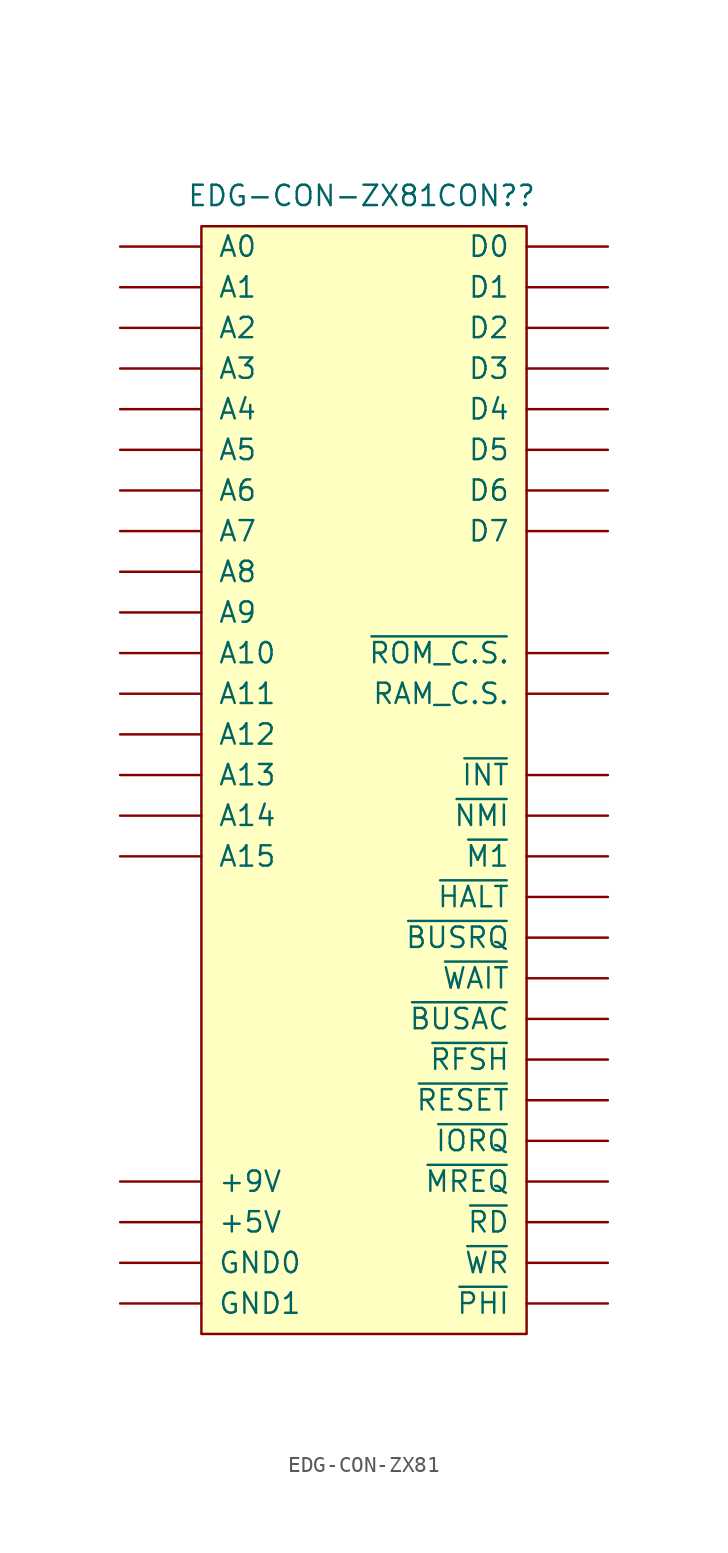
<source format=kicad_sym>
(kicad_symbol_lib
  (version 20241209)
  (generator "kicad_symbol_editor")
  (generator_version "9.0")
  (symbol "EDG-CON-ZX81"
    (pin_names
      (offset 1.016))
    (property "Reference" "CON?"
      (at 7.62 36.195 0)
      (effects (font (size 1.27 1.27))))
    (property "Value" "EDG-CON-ZX81"
      (at -3.175 36.195 0)
      (effects (font (size 1.27 1.27))))
    (symbol "EDG-CON-ZX81_0_0"
      (pin bidirectional line (at 15.24 7.62 180) (length 5.08) (name "~{ROM_C.S.}" (effects (font (size 1.27 1.27)))) (number "~{ROM_C.S.}" (effects (font (size 0 0)))))
      (pin bidirectional line (at 15.24 5.08 180) (length 5.08) (name "RAM_C.S." (effects (font (size 1.27 1.27)))) (number "RAM_C.S." (effects (font (size 0 0))))))
    (symbol "EDG-CON-ZX81_1_0"
      (rectangle (start -10.16 34.29) (end 10.16 -34.925) (stroke (width 0) (type default)) (fill (type background)))
      (pin bidirectional line (at -15.24 33.02 0) (length 5.08) (name "A0" (effects (font (size 1.27 1.27)))) (number "A0" (effects (font (size 0 0)))))
      (pin bidirectional line (at -15.24 30.48 0) (length 5.08) (name "A1" (effects (font (size 1.27 1.27)))) (number "A1" (effects (font (size 0 0)))))
      (pin bidirectional line (at -15.24 27.94 0) (length 5.08) (name "A2" (effects (font (size 1.27 1.27)))) (number "A2" (effects (font (size 0 0)))))
      (pin bidirectional line (at -15.24 25.4 0) (length 5.08) (name "A3" (effects (font (size 1.27 1.27)))) (number "A3" (effects (font (size 0 0)))))
      (pin bidirectional line (at -15.24 22.86 0) (length 5.08) (name "A4" (effects (font (size 1.27 1.27)))) (number "A4" (effects (font (size 0 0)))))
      (pin bidirectional line (at -15.24 20.32 0) (length 5.08) (name "A5" (effects (font (size 1.27 1.27)))) (number "A5" (effects (font (size 0 0)))))
      (pin bidirectional line (at -15.24 17.78 0) (length 5.08) (name "A6" (effects (font (size 1.27 1.27)))) (number "A6" (effects (font (size 0 0)))))
      (pin bidirectional line (at -15.24 15.24 0) (length 5.08) (name "A7" (effects (font (size 1.27 1.27)))) (number "A7" (effects (font (size 0 0)))))
      (pin bidirectional line (at -15.24 12.7 0) (length 5.08) (name "A8" (effects (font (size 1.27 1.27)))) (number "A8" (effects (font (size 0 0)))))
      (pin bidirectional line (at -15.24 10.16 0) (length 5.08) (name "A9" (effects (font (size 1.27 1.27)))) (number "A9" (effects (font (size 0 0)))))
      (pin bidirectional line (at -15.24 7.62 0) (length 5.08) (name "A10" (effects (font (size 1.27 1.27)))) (number "A10" (effects (font (size 0 0)))))
      (pin bidirectional line (at -15.24 5.08 0) (length 5.08) (name "A11" (effects (font (size 1.27 1.27)))) (number "A11" (effects (font (size 0 0)))))
      (pin bidirectional line (at -15.24 2.54 0) (length 5.08) (name "A12" (effects (font (size 1.27 1.27)))) (number "A12" (effects (font (size 0 0)))))
      (pin bidirectional line (at -15.24 0 0) (length 5.08) (name "A13" (effects (font (size 1.27 1.27)))) (number "A13" (effects (font (size 0 0)))))
      (pin bidirectional line (at -15.24 -2.54 0) (length 5.08) (name "A14" (effects (font (size 1.27 1.27)))) (number "A14" (effects (font (size 0 0)))))
      (pin bidirectional line (at -15.24 -5.08 0) (length 5.08) (name "A15" (effects (font (size 1.27 1.27)))) (number "A15" (effects (font (size 0 0)))))
      (pin power_in line (at -15.24 -25.4 0) (length 5.08) (name "+9V" (effects (font (size 1.27 1.27)))) (number "+9V" (effects (font (size 0 0)))))
      (pin power_in line (at -15.24 -27.94 0) (length 5.08) (name "+5V" (effects (font (size 1.27 1.27)))) (number "+5V" (effects (font (size 0 0)))))
      (pin power_in line (at -15.24 -30.48 0) (length 5.08) (name "GND0" (effects (font (size 1.27 1.27)))) (number "GND0" (effects (font (size 0 0)))))
      (pin power_in line (at -15.24 -33.02 0) (length 5.08) (name "GND1" (effects (font (size 1.27 1.27)))) (number "GND1" (effects (font (size 0 0)))))
      (pin bidirectional line (at 15.24 33.02 180) (length 5.08) (name "D0" (effects (font (size 1.27 1.27)))) (number "D0" (effects (font (size 0 0)))))
      (pin bidirectional line (at 15.24 30.48 180) (length 5.08) (name "D1" (effects (font (size 1.27 1.27)))) (number "D1" (effects (font (size 0 0)))))
      (pin bidirectional line (at 15.24 27.94 180) (length 5.08) (name "D2" (effects (font (size 1.27 1.27)))) (number "D2" (effects (font (size 0 0)))))
      (pin bidirectional line (at 15.24 25.4 180) (length 5.08) (name "D3" (effects (font (size 1.27 1.27)))) (number "D3" (effects (font (size 0 0)))))
      (pin bidirectional line (at 15.24 22.86 180) (length 5.08) (name "D4" (effects (font (size 1.27 1.27)))) (number "D4" (effects (font (size 0 0)))))
      (pin bidirectional line (at 15.24 20.32 180) (length 5.08) (name "D5" (effects (font (size 1.27 1.27)))) (number "D5" (effects (font (size 0 0)))))
      (pin bidirectional line (at 15.24 17.78 180) (length 5.08) (name "D6" (effects (font (size 1.27 1.27)))) (number "D6" (effects (font (size 0 0)))))
      (pin bidirectional line (at 15.24 15.24 180) (length 5.08) (name "D7" (effects (font (size 1.27 1.27)))) (number "D7" (effects (font (size 0 0)))))
      (pin bidirectional line (at 15.24 0 180) (length 5.08) (name "~{INT}" (effects (font (size 1.27 1.27)))) (number "~{INT}" (effects (font (size 0 0)))))
      (pin passive line (at 15.24 -2.54 180) (length 5.08) (name "~{NMI}" (effects (font (size 1.27 1.27)))) (number "~{NMI}" (effects (font (size 0 0)))))
      (pin bidirectional line (at 15.24 -5.08 180) (length 5.08) (name "~{M1}" (effects (font (size 1.27 1.27)))) (number "~{M1}" (effects (font (size 0 0)))))
      (pin bidirectional line (at 15.24 -7.62 180) (length 5.08) (name "~{HALT}" (effects (font (size 1.27 1.27)))) (number "~{HALT}" (effects (font (size 0 0)))))
      (pin bidirectional line (at 15.24 -10.16 180) (length 5.08) (name "~{BUSRQ}" (effects (font (size 1.27 1.27)))) (number "~{BUSRQ}" (effects (font (size 0 0)))))
      (pin bidirectional line (at 15.24 -12.7 180) (length 5.08) (name "~{WAIT}" (effects (font (size 1.27 1.27)))) (number "~{WAIT}" (effects (font (size 0 0)))))
      (pin bidirectional line (at 15.24 -15.24 180) (length 5.08) (name "~{BUSAC}" (effects (font (size 1.27 1.27)))) (number "~{BUSAC}" (effects (font (size 0 0)))))
      (pin bidirectional line (at 15.24 -17.78 180) (length 5.08) (name "~{RFSH}" (effects (font (size 1.27 1.27)))) (number "~{RFSH}" (effects (font (size 0 0)))))
      (pin bidirectional line (at 15.24 -20.32 180) (length 5.08) (name "~{RESET}" (effects (font (size 1.27 1.27)))) (number "~{RESET}" (effects (font (size 0 0)))))
      (pin bidirectional line (at 15.24 -22.86 180) (length 5.08) (name "~{IORQ}" (effects (font (size 1.27 1.27)))) (number "~{IORQ}" (effects (font (size 0 0)))))
      (pin bidirectional line (at 15.24 -25.4 180) (length 5.08) (name "~{MREQ}" (effects (font (size 1.27 1.27)))) (number "~{MREQ}" (effects (font (size 0 0)))))
      (pin bidirectional line (at 15.24 -27.94 180) (length 5.08) (name "~{RD}" (effects (font (size 1.27 1.27)))) (number "~{RD}" (effects (font (size 0 0)))))
      (pin bidirectional line (at 15.24 -30.48 180) (length 5.08) (name "~{WR}" (effects (font (size 1.27 1.27)))) (number "~{WR}" (effects (font (size 0 0)))))
      (pin bidirectional line (at 15.24 -33.02 180) (length 5.08) (name "~{PHI}" (effects (font (size 1.27 1.27)))) (number "~{PHI}" (effects (font (size 0 0))))))))
</source>
